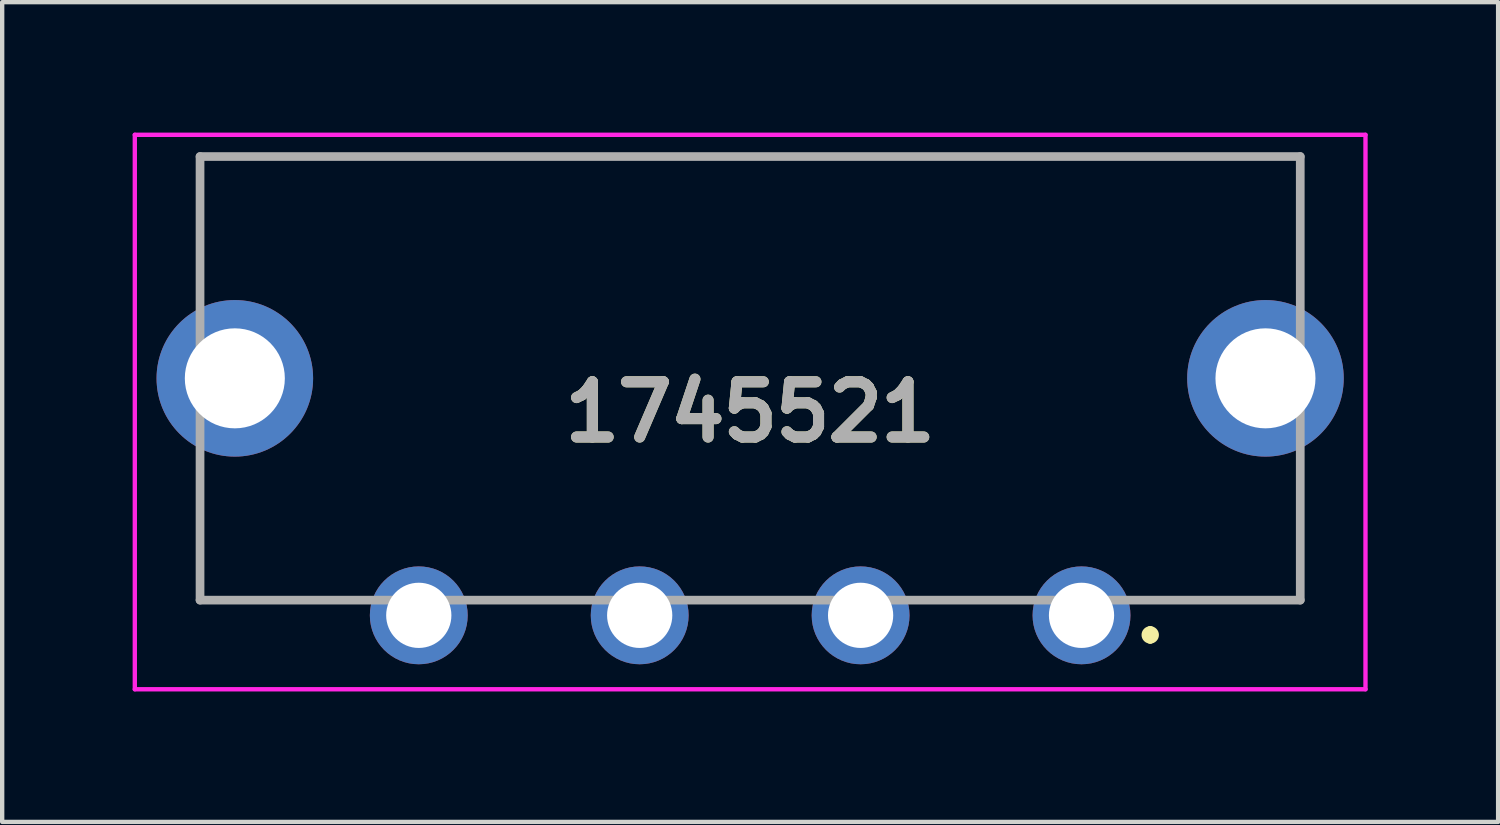
<source format=kicad_pcb>
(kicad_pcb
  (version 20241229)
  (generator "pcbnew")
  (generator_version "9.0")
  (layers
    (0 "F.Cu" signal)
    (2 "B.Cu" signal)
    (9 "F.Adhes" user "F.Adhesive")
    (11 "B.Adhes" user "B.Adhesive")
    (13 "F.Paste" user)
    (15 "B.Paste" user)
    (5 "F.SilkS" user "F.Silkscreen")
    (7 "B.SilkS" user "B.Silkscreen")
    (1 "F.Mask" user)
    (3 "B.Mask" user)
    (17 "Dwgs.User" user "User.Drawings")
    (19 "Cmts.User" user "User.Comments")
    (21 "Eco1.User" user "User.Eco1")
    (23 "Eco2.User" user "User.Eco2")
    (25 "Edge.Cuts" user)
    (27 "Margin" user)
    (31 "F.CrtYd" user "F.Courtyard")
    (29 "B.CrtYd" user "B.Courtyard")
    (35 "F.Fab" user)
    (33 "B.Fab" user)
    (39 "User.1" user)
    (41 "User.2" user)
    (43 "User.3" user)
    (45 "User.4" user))
  (footprint "1745521"
    (layer "F.Cu")
    (at 21.82 11.1)
    (property "Reference" "1745521" (at -7.62 -4.675 0) (layer "F.SilkS") (effects (font (size 1.27 1.27) (thickness 0.254))))
    (attr through_hole)
    (fp_line (start -20.27 -10.55) (end 5.03 -10.55) (stroke (width 0.1) (type solid)) (layer "F.SilkS"))
    (fp_line (start -20.27 -7.95) (end -20.27 -10.55) (stroke (width 0.1) (type solid)) (layer "F.SilkS"))
    (fp_line (start -20.27 -0.35) (end -20.27 -2.95) (stroke (width 0.1) (type solid)) (layer "F.SilkS"))
    (fp_line (start -17.12 -0.35) (end -20.27 -0.35) (stroke (width 0.1) (type solid)) (layer "F.SilkS"))
    (fp_line (start 1.58 0.35) (end 1.58 0.35) (stroke (width 0.2) (type solid)) (layer "F.SilkS"))
    (fp_line (start 1.58 0.55) (end 1.58 0.55) (stroke (width 0.2) (type solid)) (layer "F.SilkS"))
    (fp_line (start 1.88 -0.35) (end 5.03 -0.35) (stroke (width 0.1) (type solid)) (layer "F.SilkS"))
    (fp_line (start 5.03 -10.55) (end 5.03 -7.95) (stroke (width 0.1) (type solid)) (layer "F.SilkS"))
    (fp_line (start 5.03 -0.35) (end 5.03 -2.95) (stroke (width 0.1) (type solid)) (layer "F.SilkS"))
    (fp_arc (start 1.58 0.35) (mid 1.68 0.45) (end 1.58 0.55) (stroke (width 0.2) (type solid)) (layer "F.SilkS"))
    (fp_arc (start 1.58 0.55) (mid 1.48 0.45) (end 1.58 0.35) (stroke (width 0.2) (type solid)) (layer "F.SilkS"))
    (fp_line (start -21.77 -11.05) (end 6.53 -11.05) (stroke (width 0.1) (type solid)) (layer "F.CrtYd"))
    (fp_line (start -21.77 1.7) (end -21.77 -11.05) (stroke (width 0.1) (type solid)) (layer "F.CrtYd"))
    (fp_line (start 6.53 -11.05) (end 6.53 1.7) (stroke (width 0.1) (type solid)) (layer "F.CrtYd"))
    (fp_line (start 6.53 1.7) (end -21.77 1.7) (stroke (width 0.1) (type solid)) (layer "F.CrtYd"))
    (fp_line (start -20.27 -10.55) (end 5.03 -10.55) (stroke (width 0.2) (type solid)) (layer "F.Fab"))
    (fp_line (start -20.27 -0.35) (end -20.27 -10.55) (stroke (width 0.2) (type solid)) (layer "F.Fab"))
    (fp_line (start 5.03 -10.55) (end 5.03 -0.35) (stroke (width 0.2) (type solid)) (layer "F.Fab"))
    (fp_line (start 5.03 -0.35) (end -20.27 -0.35) (stroke (width 0.2) (type solid)) (layer "F.Fab"))
    (fp_text user "${REFERENCE}" (at -7.62 -4.675 0) (layer "F.Fab") (effects (font (size 1.27 1.27) (thickness 0.254))))
    (pad "1" thru_hole circle (at 0 0) (size 2.25 2.25) (drill 1.5) (layers "*.Cu" "*.Mask"))
    (pad "2" thru_hole circle (at -5.08 0) (size 2.25 2.25) (drill 1.5) (layers "*.Cu" "*.Mask"))
    (pad "3" thru_hole circle (at -10.16 0) (size 2.25 2.25) (drill 1.5) (layers "*.Cu" "*.Mask"))
    (pad "4" thru_hole circle (at -15.24 0) (size 2.25 2.25) (drill 1.5) (layers "*.Cu" "*.Mask"))
    (pad "MH1" thru_hole circle (at -19.47 -5.45) (size 3.6 3.6) (drill 2.3) (layers "*.Cu" "*.Mask"))
    (pad "MH2" thru_hole circle (at 4.23 -5.45) (size 3.6 3.6) (drill 2.3) (layers "*.Cu" "*.Mask")))
  (gr_rect
    (start -3 -3)
    (end 31.4 15.85)
    (stroke (width 0.1) (type default))
    (fill no)
    (layer "Edge.Cuts")))
</source>
